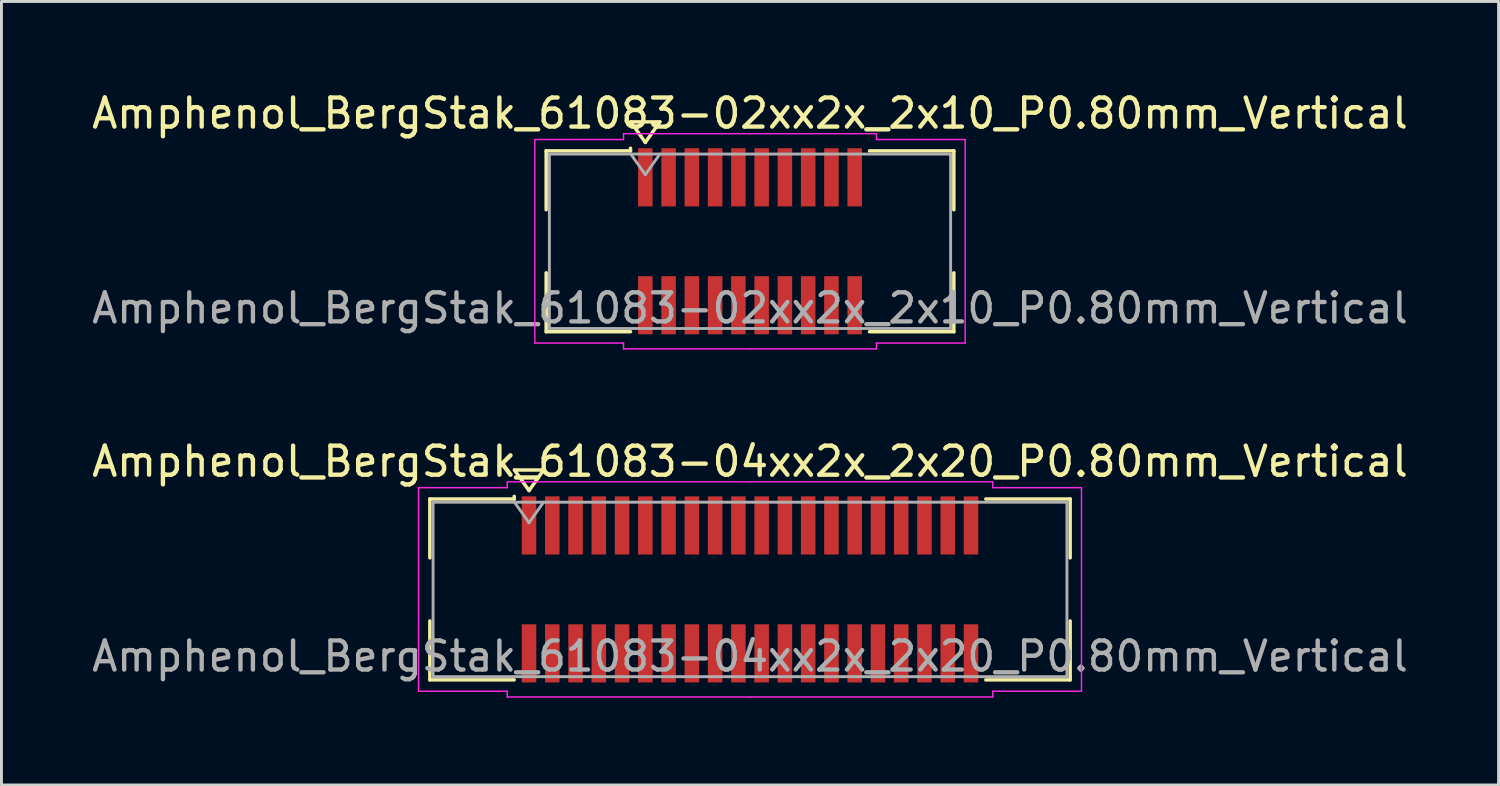
<source format=kicad_pcb>
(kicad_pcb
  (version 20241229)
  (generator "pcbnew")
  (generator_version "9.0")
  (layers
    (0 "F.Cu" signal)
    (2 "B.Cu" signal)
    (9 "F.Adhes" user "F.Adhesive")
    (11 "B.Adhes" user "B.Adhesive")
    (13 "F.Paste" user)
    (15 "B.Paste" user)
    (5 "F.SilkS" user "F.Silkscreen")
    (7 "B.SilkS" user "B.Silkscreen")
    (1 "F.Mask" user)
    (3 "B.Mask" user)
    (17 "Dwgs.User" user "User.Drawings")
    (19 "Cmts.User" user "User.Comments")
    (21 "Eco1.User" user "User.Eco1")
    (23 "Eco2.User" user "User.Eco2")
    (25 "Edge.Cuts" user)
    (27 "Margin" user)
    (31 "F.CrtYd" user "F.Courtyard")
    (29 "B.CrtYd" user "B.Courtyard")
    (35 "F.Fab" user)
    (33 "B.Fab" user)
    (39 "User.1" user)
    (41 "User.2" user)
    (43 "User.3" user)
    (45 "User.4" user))
  (footprint "Amphenol_BergStak_61083-02xx2x_2x10_P0.80mm_Vertical"
    (layer "F.Cu")
    (at 22.744 5.248)
    (property "Reference" "Amphenol_BergStak_61083-02xx2x_2x10_P0.80mm_Vertical" (at 0 -4.4 0) (layer "F.SilkS") (effects (font (size 1 1) (thickness 0.15))))
    (attr smd)
    (fp_line (start -7.01 -3.11) (end -4.11 -3.11) (stroke (width 0.12) (type solid)) (layer "F.SilkS"))
    (fp_line (start -7.01 -1.085) (end -7.01 -3.11) (stroke (width 0.12) (type solid)) (layer "F.SilkS"))
    (fp_line (start -7.01 1.085) (end -7.01 3.11) (stroke (width 0.12) (type solid)) (layer "F.SilkS"))
    (fp_line (start -7.01 3.11) (end -4.11 3.11) (stroke (width 0.12) (type solid)) (layer "F.SilkS"))
    (fp_line (start -4.11 -3.11) (end -4.11 -3.2) (stroke (width 0.12) (type solid)) (layer "F.SilkS"))
    (fp_line (start -4.1 -4.107) (end -3.6 -3.4) (stroke (width 0.12) (type solid)) (layer "F.SilkS"))
    (fp_line (start -3.6 -3.4) (end -3.1 -4.107) (stroke (width 0.12) (type solid)) (layer "F.SilkS"))
    (fp_line (start -3.1 -4.107) (end -4.1 -4.107) (stroke (width 0.12) (type solid)) (layer "F.SilkS"))
    (fp_line (start 7.01 -3.11) (end 4.11 -3.11) (stroke (width 0.12) (type solid)) (layer "F.SilkS"))
    (fp_line (start 7.01 -1.085) (end 7.01 -3.11) (stroke (width 0.12) (type solid)) (layer "F.SilkS"))
    (fp_line (start 7.01 1.085) (end 7.01 3.11) (stroke (width 0.12) (type solid)) (layer "F.SilkS"))
    (fp_line (start 7.01 3.11) (end 4.11 3.11) (stroke (width 0.12) (type solid)) (layer "F.SilkS"))
    (fp_line (start -7.4 -3.5) (end -7.4 3.5) (stroke (width 0.05) (type solid)) (layer "F.CrtYd"))
    (fp_line (start -7.4 3.5) (end -4.35 3.5) (stroke (width 0.05) (type solid)) (layer "F.CrtYd"))
    (fp_line (start -4.35 -3.7) (end -4.35 -3.5) (stroke (width 0.05) (type solid)) (layer "F.CrtYd"))
    (fp_line (start -4.35 -3.5) (end -7.4 -3.5) (stroke (width 0.05) (type solid)) (layer "F.CrtYd"))
    (fp_line (start -4.35 3.5) (end -4.35 3.7) (stroke (width 0.05) (type solid)) (layer "F.CrtYd"))
    (fp_line (start -4.35 3.7) (end 0 3.7) (stroke (width 0.05) (type solid)) (layer "F.CrtYd"))
    (fp_line (start 0 -3.7) (end -4.35 -3.7) (stroke (width 0.05) (type solid)) (layer "F.CrtYd"))
    (fp_line (start 0 -3.7) (end 4.35 -3.7) (stroke (width 0.05) (type solid)) (layer "F.CrtYd"))
    (fp_line (start 4.35 -3.7) (end 4.35 -3.5) (stroke (width 0.05) (type solid)) (layer "F.CrtYd"))
    (fp_line (start 4.35 -3.5) (end 7.4 -3.5) (stroke (width 0.05) (type solid)) (layer "F.CrtYd"))
    (fp_line (start 4.35 3.5) (end 4.35 3.7) (stroke (width 0.05) (type solid)) (layer "F.CrtYd"))
    (fp_line (start 4.35 3.7) (end 0 3.7) (stroke (width 0.05) (type solid)) (layer "F.CrtYd"))
    (fp_line (start 7.4 -3.5) (end 7.4 3.5) (stroke (width 0.05) (type solid)) (layer "F.CrtYd"))
    (fp_line (start 7.4 3.5) (end 4.35 3.5) (stroke (width 0.05) (type solid)) (layer "F.CrtYd"))
    (fp_line (start -6.9 -3) (end -6.9 3) (stroke (width 0.1) (type solid)) (layer "F.Fab"))
    (fp_line (start -6.9 3) (end 6.9 3) (stroke (width 0.1) (type solid)) (layer "F.Fab"))
    (fp_line (start -4.1 -3) (end -3.6 -2.293) (stroke (width 0.1) (type solid)) (layer "F.Fab"))
    (fp_line (start -3.6 -2.293) (end -3.1 -3) (stroke (width 0.1) (type solid)) (layer "F.Fab"))
    (fp_line (start 6.9 -3) (end -6.9 -3) (stroke (width 0.1) (type solid)) (layer "F.Fab"))
    (fp_line (start 6.9 3) (end 6.9 -3) (stroke (width 0.1) (type solid)) (layer "F.Fab"))
    (fp_text user "${REFERENCE}" (at 0 2.3 0) (layer "F.Fab") (effects (font (size 1 1) (thickness 0.15))))
    (pad "1" smd rect (at -3.6 -2.2) (size 0.5 2) (layers "F.Cu" "F.Mask" "F.Paste"))
    (pad "2" smd rect (at -3.6 2.2) (size 0.5 2) (layers "F.Cu" "F.Mask" "F.Paste"))
    (pad "3" smd rect (at -2.8 -2.2) (size 0.5 2) (layers "F.Cu" "F.Mask" "F.Paste"))
    (pad "4" smd rect (at -2.8 2.2) (size 0.5 2) (layers "F.Cu" "F.Mask" "F.Paste"))
    (pad "5" smd rect (at -2 -2.2) (size 0.5 2) (layers "F.Cu" "F.Mask" "F.Paste"))
    (pad "6" smd rect (at -2 2.2) (size 0.5 2) (layers "F.Cu" "F.Mask" "F.Paste"))
    (pad "7" smd rect (at -1.2 -2.2) (size 0.5 2) (layers "F.Cu" "F.Mask" "F.Paste"))
    (pad "8" smd rect (at -1.2 2.2) (size 0.5 2) (layers "F.Cu" "F.Mask" "F.Paste"))
    (pad "9" smd rect (at -0.4 -2.2) (size 0.5 2) (layers "F.Cu" "F.Mask" "F.Paste"))
    (pad "10" smd rect (at -0.4 2.2) (size 0.5 2) (layers "F.Cu" "F.Mask" "F.Paste"))
    (pad "11" smd rect (at 0.4 -2.2) (size 0.5 2) (layers "F.Cu" "F.Mask" "F.Paste"))
    (pad "12" smd rect (at 0.4 2.2) (size 0.5 2) (layers "F.Cu" "F.Mask" "F.Paste"))
    (pad "13" smd rect (at 1.2 -2.2) (size 0.5 2) (layers "F.Cu" "F.Mask" "F.Paste"))
    (pad "14" smd rect (at 1.2 2.2) (size 0.5 2) (layers "F.Cu" "F.Mask" "F.Paste"))
    (pad "15" smd rect (at 2 -2.2) (size 0.5 2) (layers "F.Cu" "F.Mask" "F.Paste"))
    (pad "16" smd rect (at 2 2.2) (size 0.5 2) (layers "F.Cu" "F.Mask" "F.Paste"))
    (pad "17" smd rect (at 2.8 -2.2) (size 0.5 2) (layers "F.Cu" "F.Mask" "F.Paste"))
    (pad "18" smd rect (at 2.8 2.2) (size 0.5 2) (layers "F.Cu" "F.Mask" "F.Paste"))
    (pad "19" smd rect (at 3.6 -2.2) (size 0.5 2) (layers "F.Cu" "F.Mask" "F.Paste"))
    (pad "20" smd rect (at 3.6 2.2) (size 0.5 2) (layers "F.Cu" "F.Mask" "F.Paste")))
  (footprint "Amphenol_BergStak_61083-04xx2x_2x20_P0.80mm_Vertical"
    (layer "F.Cu")
    (at 22.744 17.221)
    (property "Reference" "Amphenol_BergStak_61083-04xx2x_2x20_P0.80mm_Vertical" (at 0 -4.4 0) (layer "F.SilkS") (effects (font (size 1 1) (thickness 0.15))))
    (attr smd)
    (fp_line (start -11.01 -3.11) (end -8.11 -3.11) (stroke (width 0.12) (type solid)) (layer "F.SilkS"))
    (fp_line (start -11.01 -1.085) (end -11.01 -3.11) (stroke (width 0.12) (type solid)) (layer "F.SilkS"))
    (fp_line (start -11.01 1.085) (end -11.01 3.11) (stroke (width 0.12) (type solid)) (layer "F.SilkS"))
    (fp_line (start -11.01 3.11) (end -8.11 3.11) (stroke (width 0.12) (type solid)) (layer "F.SilkS"))
    (fp_line (start -8.11 -3.11) (end -8.11 -3.2) (stroke (width 0.12) (type solid)) (layer "F.SilkS"))
    (fp_line (start -8.1 -4.107) (end -7.6 -3.4) (stroke (width 0.12) (type solid)) (layer "F.SilkS"))
    (fp_line (start -7.6 -3.4) (end -7.1 -4.107) (stroke (width 0.12) (type solid)) (layer "F.SilkS"))
    (fp_line (start -7.1 -4.107) (end -8.1 -4.107) (stroke (width 0.12) (type solid)) (layer "F.SilkS"))
    (fp_line (start 11.01 -3.11) (end 8.11 -3.11) (stroke (width 0.12) (type solid)) (layer "F.SilkS"))
    (fp_line (start 11.01 -1.085) (end 11.01 -3.11) (stroke (width 0.12) (type solid)) (layer "F.SilkS"))
    (fp_line (start 11.01 1.085) (end 11.01 3.11) (stroke (width 0.12) (type solid)) (layer "F.SilkS"))
    (fp_line (start 11.01 3.11) (end 8.11 3.11) (stroke (width 0.12) (type solid)) (layer "F.SilkS"))
    (fp_line (start -11.4 -3.5) (end -11.4 3.5) (stroke (width 0.05) (type solid)) (layer "F.CrtYd"))
    (fp_line (start -11.4 3.5) (end -8.35 3.5) (stroke (width 0.05) (type solid)) (layer "F.CrtYd"))
    (fp_line (start -8.35 -3.7) (end -8.35 -3.5) (stroke (width 0.05) (type solid)) (layer "F.CrtYd"))
    (fp_line (start -8.35 -3.5) (end -11.4 -3.5) (stroke (width 0.05) (type solid)) (layer "F.CrtYd"))
    (fp_line (start -8.35 3.5) (end -8.35 3.7) (stroke (width 0.05) (type solid)) (layer "F.CrtYd"))
    (fp_line (start -8.35 3.7) (end 0 3.7) (stroke (width 0.05) (type solid)) (layer "F.CrtYd"))
    (fp_line (start 0 -3.7) (end -8.35 -3.7) (stroke (width 0.05) (type solid)) (layer "F.CrtYd"))
    (fp_line (start 0 -3.7) (end 8.35 -3.7) (stroke (width 0.05) (type solid)) (layer "F.CrtYd"))
    (fp_line (start 8.35 -3.7) (end 8.35 -3.5) (stroke (width 0.05) (type solid)) (layer "F.CrtYd"))
    (fp_line (start 8.35 -3.5) (end 11.4 -3.5) (stroke (width 0.05) (type solid)) (layer "F.CrtYd"))
    (fp_line (start 8.35 3.5) (end 8.35 3.7) (stroke (width 0.05) (type solid)) (layer "F.CrtYd"))
    (fp_line (start 8.35 3.7) (end 0 3.7) (stroke (width 0.05) (type solid)) (layer "F.CrtYd"))
    (fp_line (start 11.4 -3.5) (end 11.4 3.5) (stroke (width 0.05) (type solid)) (layer "F.CrtYd"))
    (fp_line (start 11.4 3.5) (end 8.35 3.5) (stroke (width 0.05) (type solid)) (layer "F.CrtYd"))
    (fp_line (start -10.9 -3) (end -10.9 3) (stroke (width 0.1) (type solid)) (layer "F.Fab"))
    (fp_line (start -10.9 3) (end 10.9 3) (stroke (width 0.1) (type solid)) (layer "F.Fab"))
    (fp_line (start -8.1 -3) (end -7.6 -2.293) (stroke (width 0.1) (type solid)) (layer "F.Fab"))
    (fp_line (start -7.6 -2.293) (end -7.1 -3) (stroke (width 0.1) (type solid)) (layer "F.Fab"))
    (fp_line (start 10.9 -3) (end -10.9 -3) (stroke (width 0.1) (type solid)) (layer "F.Fab"))
    (fp_line (start 10.9 3) (end 10.9 -3) (stroke (width 0.1) (type solid)) (layer "F.Fab"))
    (fp_text user "${REFERENCE}" (at 0 2.3 0) (layer "F.Fab") (effects (font (size 1 1) (thickness 0.15))))
    (pad "1" smd rect (at -7.6 -2.2) (size 0.5 2) (layers "F.Cu" "F.Mask" "F.Paste"))
    (pad "2" smd rect (at -7.6 2.2) (size 0.5 2) (layers "F.Cu" "F.Mask" "F.Paste"))
    (pad "3" smd rect (at -6.8 -2.2) (size 0.5 2) (layers "F.Cu" "F.Mask" "F.Paste"))
    (pad "4" smd rect (at -6.8 2.2) (size 0.5 2) (layers "F.Cu" "F.Mask" "F.Paste"))
    (pad "5" smd rect (at -6 -2.2) (size 0.5 2) (layers "F.Cu" "F.Mask" "F.Paste"))
    (pad "6" smd rect (at -6 2.2) (size 0.5 2) (layers "F.Cu" "F.Mask" "F.Paste"))
    (pad "7" smd rect (at -5.2 -2.2) (size 0.5 2) (layers "F.Cu" "F.Mask" "F.Paste"))
    (pad "8" smd rect (at -5.2 2.2) (size 0.5 2) (layers "F.Cu" "F.Mask" "F.Paste"))
    (pad "9" smd rect (at -4.4 -2.2) (size 0.5 2) (layers "F.Cu" "F.Mask" "F.Paste"))
    (pad "10" smd rect (at -4.4 2.2) (size 0.5 2) (layers "F.Cu" "F.Mask" "F.Paste"))
    (pad "11" smd rect (at -3.6 -2.2) (size 0.5 2) (layers "F.Cu" "F.Mask" "F.Paste"))
    (pad "12" smd rect (at -3.6 2.2) (size 0.5 2) (layers "F.Cu" "F.Mask" "F.Paste"))
    (pad "13" smd rect (at -2.8 -2.2) (size 0.5 2) (layers "F.Cu" "F.Mask" "F.Paste"))
    (pad "14" smd rect (at -2.8 2.2) (size 0.5 2) (layers "F.Cu" "F.Mask" "F.Paste"))
    (pad "15" smd rect (at -2 -2.2) (size 0.5 2) (layers "F.Cu" "F.Mask" "F.Paste"))
    (pad "16" smd rect (at -2 2.2) (size 0.5 2) (layers "F.Cu" "F.Mask" "F.Paste"))
    (pad "17" smd rect (at -1.2 -2.2) (size 0.5 2) (layers "F.Cu" "F.Mask" "F.Paste"))
    (pad "18" smd rect (at -1.2 2.2) (size 0.5 2) (layers "F.Cu" "F.Mask" "F.Paste"))
    (pad "19" smd rect (at -0.4 -2.2) (size 0.5 2) (layers "F.Cu" "F.Mask" "F.Paste"))
    (pad "20" smd rect (at -0.4 2.2) (size 0.5 2) (layers "F.Cu" "F.Mask" "F.Paste"))
    (pad "21" smd rect (at 0.4 -2.2) (size 0.5 2) (layers "F.Cu" "F.Mask" "F.Paste"))
    (pad "22" smd rect (at 0.4 2.2) (size 0.5 2) (layers "F.Cu" "F.Mask" "F.Paste"))
    (pad "23" smd rect (at 1.2 -2.2) (size 0.5 2) (layers "F.Cu" "F.Mask" "F.Paste"))
    (pad "24" smd rect (at 1.2 2.2) (size 0.5 2) (layers "F.Cu" "F.Mask" "F.Paste"))
    (pad "25" smd rect (at 2 -2.2) (size 0.5 2) (layers "F.Cu" "F.Mask" "F.Paste"))
    (pad "26" smd rect (at 2 2.2) (size 0.5 2) (layers "F.Cu" "F.Mask" "F.Paste"))
    (pad "27" smd rect (at 2.8 -2.2) (size 0.5 2) (layers "F.Cu" "F.Mask" "F.Paste"))
    (pad "28" smd rect (at 2.8 2.2) (size 0.5 2) (layers "F.Cu" "F.Mask" "F.Paste"))
    (pad "29" smd rect (at 3.6 -2.2) (size 0.5 2) (layers "F.Cu" "F.Mask" "F.Paste"))
    (pad "30" smd rect (at 3.6 2.2) (size 0.5 2) (layers "F.Cu" "F.Mask" "F.Paste"))
    (pad "31" smd rect (at 4.4 -2.2) (size 0.5 2) (layers "F.Cu" "F.Mask" "F.Paste"))
    (pad "32" smd rect (at 4.4 2.2) (size 0.5 2) (layers "F.Cu" "F.Mask" "F.Paste"))
    (pad "33" smd rect (at 5.2 -2.2) (size 0.5 2) (layers "F.Cu" "F.Mask" "F.Paste"))
    (pad "34" smd rect (at 5.2 2.2) (size 0.5 2) (layers "F.Cu" "F.Mask" "F.Paste"))
    (pad "35" smd rect (at 6 -2.2) (size 0.5 2) (layers "F.Cu" "F.Mask" "F.Paste"))
    (pad "36" smd rect (at 6 2.2) (size 0.5 2) (layers "F.Cu" "F.Mask" "F.Paste"))
    (pad "37" smd rect (at 6.8 -2.2) (size 0.5 2) (layers "F.Cu" "F.Mask" "F.Paste"))
    (pad "38" smd rect (at 6.8 2.2) (size 0.5 2) (layers "F.Cu" "F.Mask" "F.Paste"))
    (pad "39" smd rect (at 7.6 -2.2) (size 0.5 2) (layers "F.Cu" "F.Mask" "F.Paste"))
    (pad "40" smd rect (at 7.6 2.2) (size 0.5 2) (layers "F.Cu" "F.Mask" "F.Paste")))
  (gr_rect
    (start -3 -3)
    (end 48.488 23.947)
    (stroke (width 0.1) (type default))
    (fill no)
    (layer "Edge.Cuts")))
</source>
